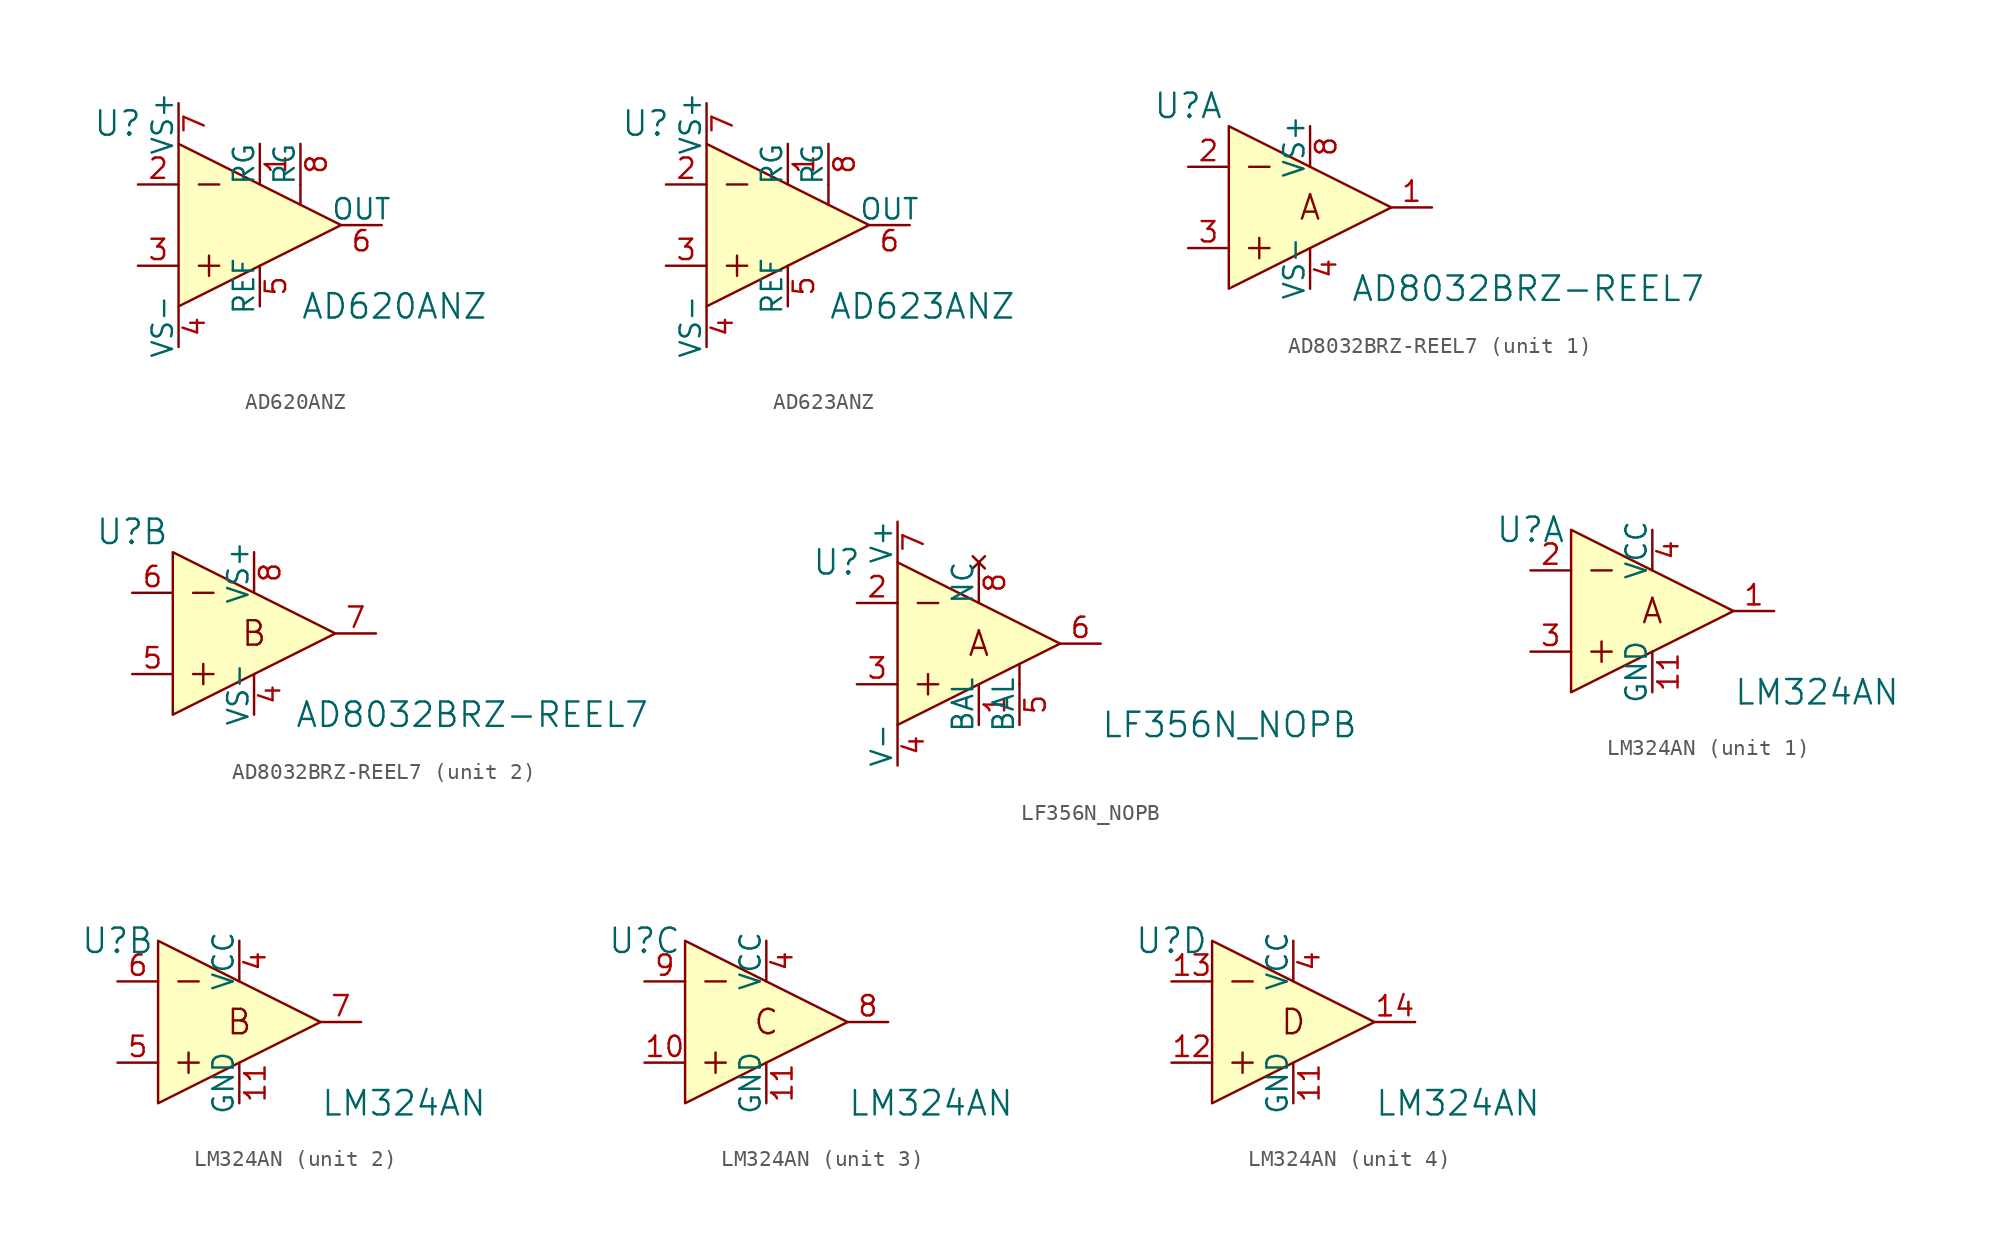
<source format=kicad_sym>
(kicad_symbol_lib
  (version 20220914)
  (generator kicad_symbol_editor)
  (symbol "AD620ANZ"
    (pin_names
      (offset 0))
    (property "Reference" "U"
      (at -8.89 6.35 0)
      (effects (font (size 1.524 1.524))))
    (property "Value" "AD620ANZ"
      (at 2.54 -5.08 0)
      (effects (font (size 1.524 1.524)) (justify left)))
    (symbol "AD620ANZ_1_0"
      (polyline (pts (xy -3.81 -2.54) (xy -2.54 -2.54)) (stroke (width 0) (type default)) (fill (type none)))
      (polyline (pts (xy -3.81 2.54) (xy -2.54 2.54)) (stroke (width 0) (type default)) (fill (type none)))
      (polyline (pts (xy -3.175 -1.905) (xy -3.175 -3.175)) (stroke (width 0) (type default)) (fill (type none)))
      (polyline (pts (xy 2.54 2.54) (xy 2.54 1.27)) (stroke (width 0) (type default)) (fill (type none)))
      (polyline (pts (xy -5.08 5.08) (xy -5.08 -5.08) (xy 5.08 0) (xy -5.08 5.08)) (stroke (width 0) (type default)) (fill (type background))))
    (symbol "AD620ANZ_1_1"
      (pin passive line (at 0 5.08 270) (length 2.54) (name "RG" (effects (font (size 1.27 1.27)))) (number "1" (effects (font (size 1.27 1.27)))))
      (pin input line (at -7.62 2.54 0) (length 2.54) (name "~" (effects (font (size 1.27 1.27)))) (number "2" (effects (font (size 1.27 1.27)))))
      (pin input line (at -7.62 -2.54 0) (length 2.54) (name "~" (effects (font (size 1.27 1.27)))) (number "3" (effects (font (size 1.27 1.27)))))
      (pin power_in line (at -5.08 -7.62 90) (length 2.54) (name "VS-" (effects (font (size 1.27 1.27)))) (number "4" (effects (font (size 1.27 1.27)))))
      (pin output line (at 0 -5.08 90) (length 2.54) (name "REF" (effects (font (size 1.27 1.27)))) (number "5" (effects (font (size 1.27 1.27)))))
      (pin output line (at 7.62 0 180) (length 2.54) (name "OUT" (effects (font (size 1.27 1.27)))) (number "6" (effects (font (size 1.27 1.27)))))
      (pin power_in line (at -5.08 7.62 270) (length 2.54) (name "VS+" (effects (font (size 1.27 1.27)))) (number "7" (effects (font (size 1.27 1.27)))))
      (pin passive line (at 2.54 5.08 270) (length 2.54) (name "RG" (effects (font (size 1.27 1.27)))) (number "8" (effects (font (size 1.27 1.27)))))))
  (symbol "AD623ANZ"
    (pin_names
      (offset 0))
    (property "Reference" "U"
      (at -8.89 6.35 0)
      (effects (font (size 1.524 1.524))))
    (property "Value" "AD623ANZ"
      (at 2.54 -5.08 0)
      (effects (font (size 1.524 1.524)) (justify left)))
    (symbol "AD623ANZ_1_0"
      (polyline (pts (xy -3.81 -2.54) (xy -2.54 -2.54)) (stroke (width 0) (type default)) (fill (type none)))
      (polyline (pts (xy -3.81 2.54) (xy -2.54 2.54)) (stroke (width 0) (type default)) (fill (type none)))
      (polyline (pts (xy -3.175 -1.905) (xy -3.175 -3.175)) (stroke (width 0) (type default)) (fill (type none)))
      (polyline (pts (xy 2.54 2.54) (xy 2.54 1.27)) (stroke (width 0) (type default)) (fill (type none)))
      (polyline (pts (xy -5.08 5.08) (xy -5.08 -5.08) (xy 5.08 0) (xy -5.08 5.08)) (stroke (width 0) (type default)) (fill (type background))))
    (symbol "AD623ANZ_1_1"
      (pin passive line (at 0 5.08 270) (length 2.54) (name "RG" (effects (font (size 1.27 1.27)))) (number "1" (effects (font (size 1.27 1.27)))))
      (pin input line (at -7.62 2.54 0) (length 2.54) (name "~" (effects (font (size 1.27 1.27)))) (number "2" (effects (font (size 1.27 1.27)))))
      (pin input line (at -7.62 -2.54 0) (length 2.54) (name "~" (effects (font (size 1.27 1.27)))) (number "3" (effects (font (size 1.27 1.27)))))
      (pin power_in line (at -5.08 -7.62 90) (length 2.54) (name "VS-" (effects (font (size 1.27 1.27)))) (number "4" (effects (font (size 1.27 1.27)))))
      (pin output line (at 0 -5.08 90) (length 2.54) (name "REF" (effects (font (size 1.27 1.27)))) (number "5" (effects (font (size 1.27 1.27)))))
      (pin output line (at 7.62 0 180) (length 2.54) (name "OUT" (effects (font (size 1.27 1.27)))) (number "6" (effects (font (size 1.27 1.27)))))
      (pin power_in line (at -5.08 7.62 270) (length 2.54) (name "VS+" (effects (font (size 1.27 1.27)))) (number "7" (effects (font (size 1.27 1.27)))))
      (pin passive line (at 2.54 5.08 270) (length 2.54) (name "RG" (effects (font (size 1.27 1.27)))) (number "8" (effects (font (size 1.27 1.27)))))))
  (symbol "AD8032BRZ-REEL7"
    (pin_names
      (offset 0))
    (property "Reference" "U"
      (at -7.62 6.35 0)
      (effects (font (size 1.524 1.524))))
    (property "Value" "AD8032BRZ-REEL7"
      (at 2.54 -5.08 0)
      (effects (font (size 1.524 1.524)) (justify left)))
    (property "ki_locked" ""
      (at 0 0 0)
      (effects (font (size 1.27 1.27))))
    (symbol "AD8032BRZ-REEL7_0_1"
      (polyline (pts (xy -3.81 -2.54) (xy -2.54 -2.54)) (stroke (width 0) (type default)) (fill (type none)))
      (polyline (pts (xy -3.81 2.54) (xy -2.54 2.54)) (stroke (width 0) (type default)) (fill (type none)))
      (polyline (pts (xy -3.175 -3.175) (xy -3.175 -1.905)) (stroke (width 0) (type default)) (fill (type none)))
      (polyline (pts (xy -5.08 5.08) (xy -5.08 -5.08) (xy 5.08 0) (xy -5.08 5.08)) (stroke (width 0) (type default)) (fill (type background))))
    (symbol "AD8032BRZ-REEL7_1_0"
      (text "A" (at 0 0 0) (effects (font (size 1.524 1.524)))))
    (symbol "AD8032BRZ-REEL7_1_1"
      (pin output line (at 7.62 0 180) (length 2.54) (name "~" (effects (font (size 1.27 1.27)))) (number "1" (effects (font (size 1.27 1.27)))))
      (pin input line (at -7.62 2.54 0) (length 2.54) (name "~" (effects (font (size 1.27 1.27)))) (number "2" (effects (font (size 1.27 1.27)))))
      (pin input line (at -7.62 -2.54 0) (length 2.54) (name "~" (effects (font (size 1.27 1.27)))) (number "3" (effects (font (size 1.27 1.27)))))
      (pin power_in line (at 0 -5.08 90) (length 2.54) (name "VS-" (effects (font (size 1.27 1.27)))) (number "4" (effects (font (size 1.27 1.27)))))
      (pin power_in line (at 0 5.08 270) (length 2.54) (name "VS+" (effects (font (size 1.27 1.27)))) (number "8" (effects (font (size 1.27 1.27))))))
    (symbol "AD8032BRZ-REEL7_2_0"
      (text "B" (at 0 0 0) (effects (font (size 1.524 1.524)))))
    (symbol "AD8032BRZ-REEL7_2_1"
      (pin power_in line (at 0 -5.08 90) (length 2.54) (name "VS-" (effects (font (size 1.27 1.27)))) (number "4" (effects (font (size 1.27 1.27)))))
      (pin input line (at -7.62 -2.54 0) (length 2.54) (name "~" (effects (font (size 1.27 1.27)))) (number "5" (effects (font (size 1.27 1.27)))))
      (pin input line (at -7.62 2.54 0) (length 2.54) (name "~" (effects (font (size 1.27 1.27)))) (number "6" (effects (font (size 1.27 1.27)))))
      (pin output line (at 7.62 0 180) (length 2.54) (name "~" (effects (font (size 1.27 1.27)))) (number "7" (effects (font (size 1.27 1.27)))))
      (pin power_in line (at 0 5.08 270) (length 2.54) (name "VS+" (effects (font (size 1.27 1.27)))) (number "8" (effects (font (size 1.27 1.27)))))))
  (symbol "LF356N_NOPB"
    (pin_names
      (offset 0))
    (property "Reference" "U"
      (at -8.89 5.08 0)
      (effects (font (size 1.524 1.524))))
    (property "Value" "LF356N_NOPB"
      (at 7.62 -5.08 0)
      (effects (font (size 1.524 1.524)) (justify left)))
    (symbol "LF356N_NOPB_0_0"
      (text "A" (at 0 0 0) (effects (font (size 1.524 1.524)))))
    (symbol "LF356N_NOPB_1_0"
      (polyline (pts (xy -3.81 -2.54) (xy -2.54 -2.54)) (stroke (width 0) (type default)) (fill (type none)))
      (polyline (pts (xy -3.81 2.54) (xy -2.54 2.54)) (stroke (width 0) (type default)) (fill (type none)))
      (polyline (pts (xy -3.175 -1.905) (xy -3.175 -3.175)) (stroke (width 0) (type default)) (fill (type none)))
      (polyline (pts (xy 2.54 -1.27) (xy 2.54 -2.54)) (stroke (width 0) (type default)) (fill (type none)))
      (polyline (pts (xy -5.08 5.08) (xy -5.08 -5.08) (xy 5.08 0) (xy -5.08 5.08)) (stroke (width 0) (type default)) (fill (type background))))
    (symbol "LF356N_NOPB_1_1"
      (pin input line (at 0 -5.08 90) (length 2.54) (name "BAL" (effects (font (size 1.27 1.27)))) (number "1" (effects (font (size 1.27 1.27)))))
      (pin input line (at -7.62 2.54 0) (length 2.54) (name "~" (effects (font (size 1.27 1.27)))) (number "2" (effects (font (size 1.27 1.27)))))
      (pin input line (at -7.62 -2.54 0) (length 2.54) (name "~" (effects (font (size 1.27 1.27)))) (number "3" (effects (font (size 1.27 1.27)))))
      (pin power_in line (at -5.08 -7.62 90) (length 2.54) (name "V-" (effects (font (size 1.27 1.27)))) (number "4" (effects (font (size 1.27 1.27)))))
      (pin input line (at 2.54 -5.08 90) (length 2.54) (name "BAL" (effects (font (size 1.27 1.27)))) (number "5" (effects (font (size 1.27 1.27)))))
      (pin output line (at 7.62 0 180) (length 2.54) (name "~" (effects (font (size 1.27 1.27)))) (number "6" (effects (font (size 1.27 1.27)))))
      (pin power_in line (at -5.08 7.62 270) (length 2.54) (name "V+" (effects (font (size 1.27 1.27)))) (number "7" (effects (font (size 1.27 1.27)))))
      (pin no_connect line (at 0 5.08 270) (length 2.54) (name "NC" (effects (font (size 1.27 1.27)))) (number "8" (effects (font (size 1.27 1.27)))))))
  (symbol "LM324AN"
    (pin_names
      (offset 0))
    (property "Reference" "U"
      (at -7.62 5.08 0)
      (effects (font (size 1.524 1.524))))
    (property "Value" "LM324AN"
      (at 5.08 -5.08 0)
      (effects (font (size 1.524 1.524)) (justify left)))
    (property "ki_locked" ""
      (at 0 0 0)
      (effects (font (size 1.27 1.27))))
    (symbol "LM324AN_0_0"
      (polyline (pts (xy -3.81 -2.54) (xy -2.54 -2.54)) (stroke (width 0) (type default)) (fill (type none)))
      (polyline (pts (xy -3.81 2.54) (xy -2.54 2.54)) (stroke (width 0) (type default)) (fill (type none)))
      (polyline (pts (xy -3.175 -1.905) (xy -3.175 -3.175)) (stroke (width 0) (type default)) (fill (type none)))
      (polyline (pts (xy 5.08 0) (xy -5.08 5.08) (xy -5.08 -5.08) (xy 5.08 0)) (stroke (width 0) (type default)) (fill (type background))))
    (symbol "LM324AN_1_0"
      (text "A" (at 0 0 0) (effects (font (size 1.524 1.524)))))
    (symbol "LM324AN_1_1"
      (pin output line (at 7.62 0 180) (length 2.54) (name "~" (effects (font (size 1.27 1.27)))) (number "1" (effects (font (size 1.27 1.27)))))
      (pin power_in line (at 0 -5.08 90) (length 2.54) (name "GND" (effects (font (size 1.27 1.27)))) (number "11" (effects (font (size 1.27 1.27)))))
      (pin input line (at -7.62 2.54 0) (length 2.54) (name "~" (effects (font (size 1.27 1.27)))) (number "2" (effects (font (size 1.27 1.27)))))
      (pin input line (at -7.62 -2.54 0) (length 2.54) (name "~" (effects (font (size 1.27 1.27)))) (number "3" (effects (font (size 1.27 1.27)))))
      (pin power_in line (at 0 5.08 270) (length 2.54) (name "VCC" (effects (font (size 1.27 1.27)))) (number "4" (effects (font (size 1.27 1.27))))))
    (symbol "LM324AN_2_0"
      (text "B" (at 0 0 0) (effects (font (size 1.524 1.524)))))
    (symbol "LM324AN_2_1"
      (pin power_in line (at 0 -5.08 90) (length 2.54) (name "GND" (effects (font (size 1.27 1.27)))) (number "11" (effects (font (size 1.27 1.27)))))
      (pin power_in line (at 0 5.08 270) (length 2.54) (name "VCC" (effects (font (size 1.27 1.27)))) (number "4" (effects (font (size 1.27 1.27)))))
      (pin input line (at -7.62 -2.54 0) (length 2.54) (name "~" (effects (font (size 1.27 1.27)))) (number "5" (effects (font (size 1.27 1.27)))))
      (pin input line (at -7.62 2.54 0) (length 2.54) (name "~" (effects (font (size 1.27 1.27)))) (number "6" (effects (font (size 1.27 1.27)))))
      (pin output line (at 7.62 0 180) (length 2.54) (name "~" (effects (font (size 1.27 1.27)))) (number "7" (effects (font (size 1.27 1.27))))))
    (symbol "LM324AN_3_0"
      (text "C" (at 0 0 0) (effects (font (size 1.524 1.524)))))
    (symbol "LM324AN_3_1"
      (pin input line (at -7.62 -2.54 0) (length 2.54) (name "~" (effects (font (size 1.27 1.27)))) (number "10" (effects (font (size 1.27 1.27)))))
      (pin power_in line (at 0 -5.08 90) (length 2.54) (name "GND" (effects (font (size 1.27 1.27)))) (number "11" (effects (font (size 1.27 1.27)))))
      (pin power_in line (at 0 5.08 270) (length 2.54) (name "VCC" (effects (font (size 1.27 1.27)))) (number "4" (effects (font (size 1.27 1.27)))))
      (pin output line (at 7.62 0 180) (length 2.54) (name "~" (effects (font (size 1.27 1.27)))) (number "8" (effects (font (size 1.27 1.27)))))
      (pin input line (at -7.62 2.54 0) (length 2.54) (name "~" (effects (font (size 1.27 1.27)))) (number "9" (effects (font (size 1.27 1.27))))))
    (symbol "LM324AN_4_0"
      (text "D" (at 0 0 0) (effects (font (size 1.524 1.524)))))
    (symbol "LM324AN_4_1"
      (pin power_in line (at 0 -5.08 90) (length 2.54) (name "GND" (effects (font (size 1.27 1.27)))) (number "11" (effects (font (size 1.27 1.27)))))
      (pin input line (at -7.62 -2.54 0) (length 2.54) (name "~" (effects (font (size 1.27 1.27)))) (number "12" (effects (font (size 1.27 1.27)))))
      (pin input line (at -7.62 2.54 0) (length 2.54) (name "~" (effects (font (size 1.27 1.27)))) (number "13" (effects (font (size 1.27 1.27)))))
      (pin output line (at 7.62 0 180) (length 2.54) (name "~" (effects (font (size 1.27 1.27)))) (number "14" (effects (font (size 1.27 1.27)))))
      (pin power_in line (at 0 5.08 270) (length 2.54) (name "VCC" (effects (font (size 1.27 1.27)))) (number "4" (effects (font (size 1.27 1.27))))))))
</source>
